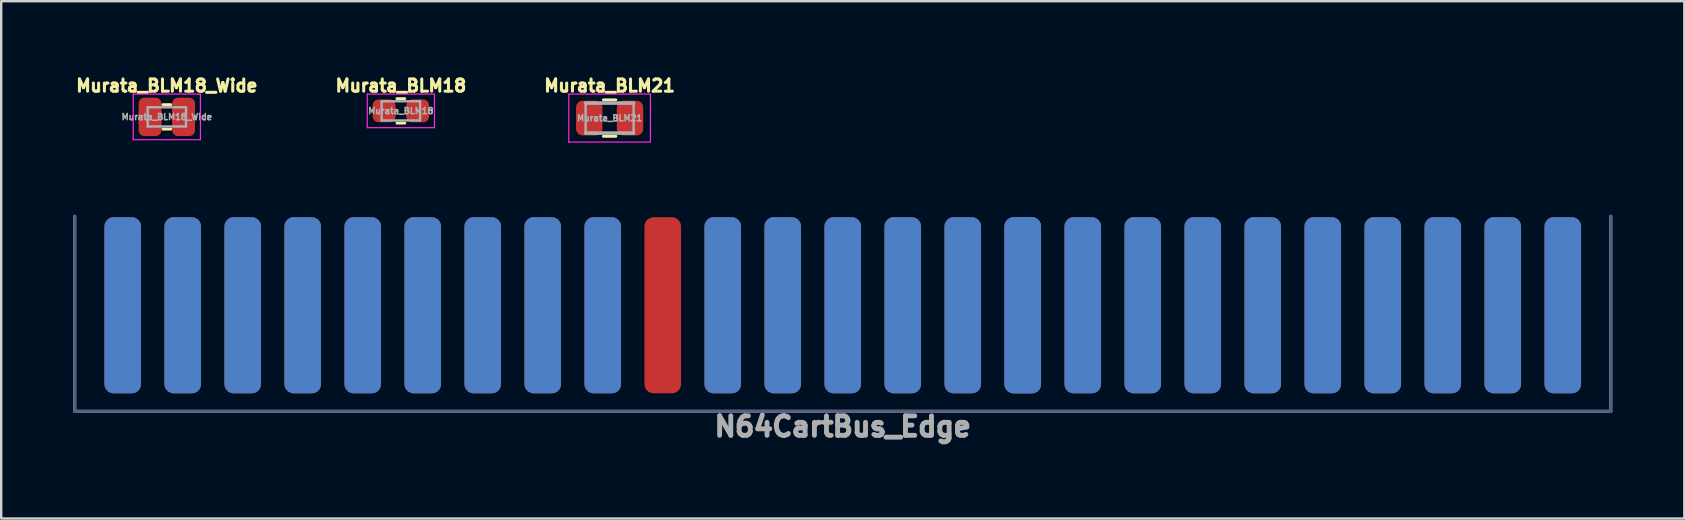
<source format=kicad_pcb>
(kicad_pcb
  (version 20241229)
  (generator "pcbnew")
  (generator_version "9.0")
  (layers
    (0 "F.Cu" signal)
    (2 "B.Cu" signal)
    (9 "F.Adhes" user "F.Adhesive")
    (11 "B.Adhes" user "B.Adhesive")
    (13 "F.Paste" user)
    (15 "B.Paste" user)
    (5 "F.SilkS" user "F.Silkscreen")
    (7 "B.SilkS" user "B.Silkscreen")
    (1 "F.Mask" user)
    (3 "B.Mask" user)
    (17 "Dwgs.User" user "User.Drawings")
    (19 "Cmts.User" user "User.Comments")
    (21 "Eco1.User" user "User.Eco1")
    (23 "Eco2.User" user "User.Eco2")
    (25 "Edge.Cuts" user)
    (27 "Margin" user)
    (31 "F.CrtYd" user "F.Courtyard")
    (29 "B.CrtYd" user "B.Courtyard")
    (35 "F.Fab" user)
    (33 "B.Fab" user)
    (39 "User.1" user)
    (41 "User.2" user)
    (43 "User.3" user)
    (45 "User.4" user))
  (footprint "N64CartBus_Edge"
    (layer "F.Cu")
    (at 32.063 9.769)
    (property "Reference" "N64CartBus_Edge" (at 0 4.953 0) (layer "F.Fab") (effects (font (size 0.813 0.813) (thickness 0.203))))
    (attr exclude_from_pos_files exclude_from_bom)
    (fp_line (start -32 4.318) (end -32 -3.81) (stroke (width 0.127) (type solid)) (layer "B.Fab"))
    (fp_line (start 32 -3.81) (end 32 4.318) (stroke (width 0.127) (type solid)) (layer "B.Fab"))
    (fp_line (start 32 4.318) (end -32 4.318) (stroke (width 0.127) (type solid)) (layer "B.Fab"))
    (fp_line (start -32 4.318) (end -32 -3.81) (stroke (width 0.127) (type solid)) (layer "F.Fab"))
    (fp_line (start 32 -3.81) (end 32 4.318) (stroke (width 0.127) (type solid)) (layer "F.Fab"))
    (fp_line (start 32 4.318) (end -32 4.318) (stroke (width 0.127) (type solid)) (layer "F.Fab"))
    (pad "1" smd roundrect (at -30 -0.1 180) (size 1.524 7.34) (layers "F.Cu" "F.Mask") (roundrect_rratio 0.25))
    (pad "2" smd roundrect (at -27.5 -0.1 180) (size 1.524 7.34) (layers "F.Cu" "F.Mask") (roundrect_rratio 0.25))
    (pad "3" smd roundrect (at -25 -0.1 180) (size 1.524 7.34) (layers "F.Cu" "F.Mask") (roundrect_rratio 0.25))
    (pad "4" smd roundrect (at -22.5 -0.1 180) (size 1.524 7.34) (layers "F.Cu" "F.Mask") (roundrect_rratio 0.25))
    (pad "5" smd roundrect (at -20 -0.1 180) (size 1.524 7.34) (layers "F.Cu" "F.Mask") (roundrect_rratio 0.25))
    (pad "6" smd roundrect (at -17.5 -0.1 180) (size 1.524 7.34) (layers "F.Cu" "F.Mask") (roundrect_rratio 0.25))
    (pad "7" smd roundrect (at -15 -0.1 180) (size 1.524 7.34) (layers "F.Cu" "F.Mask") (roundrect_rratio 0.25))
    (pad "8" smd roundrect (at -12.5 -0.1 180) (size 1.524 7.34) (layers "F.Cu" "F.Mask") (roundrect_rratio 0.25))
    (pad "9" smd roundrect (at -10 -0.1 180) (size 1.524 7.34) (layers "F.Cu" "F.Mask") (roundrect_rratio 0.25))
    (pad "10" smd roundrect (at -7.5 -0.1 180) (size 1.524 7.34) (layers "F.Cu" "F.Mask") (roundrect_rratio 0.25))
    (pad "11" smd roundrect (at -5 -0.1 180) (size 1.524 7.34) (layers "F.Cu" "F.Mask") (roundrect_rratio 0.25))
    (pad "12" smd roundrect (at -2.5 -0.1 180) (size 1.524 7.34) (layers "F.Cu" "F.Mask") (roundrect_rratio 0.25))
    (pad "13" smd roundrect (at 0 -0.1 180) (size 1.524 7.34) (layers "F.Cu" "F.Mask") (roundrect_rratio 0.25))
    (pad "14" smd roundrect (at 2.5 -0.1 180) (size 1.524 7.34) (layers "F.Cu" "F.Mask") (roundrect_rratio 0.25))
    (pad "15" smd roundrect (at 5 -0.1 180) (size 1.524 7.34) (layers "F.Cu" "F.Mask") (roundrect_rratio 0.25))
    (pad "16" smd roundrect (at 7.5 -0.1 180) (size 1.524 7.34) (layers "F.Cu" "F.Mask") (roundrect_rratio 0.25))
    (pad "17" smd roundrect (at 10 -0.1 180) (size 1.524 7.34) (layers "F.Cu" "F.Mask") (roundrect_rratio 0.25))
    (pad "18" smd roundrect (at 12.5 -0.1 180) (size 1.524 7.34) (layers "F.Cu" "F.Mask") (roundrect_rratio 0.25))
    (pad "19" smd roundrect (at 15 -0.1 180) (size 1.524 7.34) (layers "F.Cu" "F.Mask") (roundrect_rratio 0.25))
    (pad "20" smd roundrect (at 17.5 -0.1 180) (size 1.524 7.34) (layers "F.Cu" "F.Mask") (roundrect_rratio 0.25))
    (pad "21" smd roundrect (at 20 -0.1 180) (size 1.524 7.34) (layers "F.Cu" "F.Mask") (roundrect_rratio 0.25))
    (pad "22" smd roundrect (at 22.5 -0.1 180) (size 1.524 7.34) (layers "F.Cu" "F.Mask") (roundrect_rratio 0.25))
    (pad "23" smd roundrect (at 25 -0.1 180) (size 1.524 7.34) (layers "F.Cu" "F.Mask") (roundrect_rratio 0.25))
    (pad "24" smd roundrect (at 27.5 -0.1 180) (size 1.524 7.34) (layers "F.Cu" "F.Mask") (roundrect_rratio 0.25))
    (pad "25" smd roundrect (at 30 -0.1 180) (size 1.524 7.34) (layers "F.Cu" "F.Mask") (roundrect_rratio 0.25))
    (pad "26" smd roundrect (at -30 -0.1 180) (size 1.524 7.34) (layers "B.Cu" "B.Mask") (roundrect_rratio 0.25))
    (pad "27" smd roundrect (at -27.5 -0.1 180) (size 1.524 7.34) (layers "B.Cu" "B.Mask") (roundrect_rratio 0.25))
    (pad "28" smd roundrect (at -25 -0.1 180) (size 1.524 7.34) (layers "B.Cu" "B.Mask") (roundrect_rratio 0.25))
    (pad "29" smd roundrect (at -22.5 -0.1 180) (size 1.524 7.34) (layers "B.Cu" "B.Mask") (roundrect_rratio 0.25))
    (pad "30" smd roundrect (at -20 -0.1 180) (size 1.524 7.34) (layers "B.Cu" "B.Mask") (roundrect_rratio 0.25))
    (pad "31" smd roundrect (at -17.5 -0.1 180) (size 1.524 7.34) (layers "B.Cu" "B.Mask") (roundrect_rratio 0.25))
    (pad "32" smd roundrect (at -15 -0.1 180) (size 1.524 7.34) (layers "B.Cu" "B.Mask") (roundrect_rratio 0.25))
    (pad "33" smd roundrect (at -12.5 -0.1 180) (size 1.524 7.34) (layers "B.Cu" "B.Mask") (roundrect_rratio 0.25))
    (pad "34" smd roundrect (at -10 -0.1 180) (size 1.524 7.34) (layers "B.Cu" "B.Mask") (roundrect_rratio 0.25))
    (pad "35" smd roundrect (at 7.5 -0.1 180) (size 1.524 7.34) (layers "B.Cu" "B.Mask") (roundrect_rratio 0.25))
    (pad "36" smd roundrect (at -5 -0.1 180) (size 1.524 7.34) (layers "B.Cu" "B.Mask") (roundrect_rratio 0.25))
    (pad "37" smd roundrect (at -2.5 -0.1 180) (size 1.524 7.34) (layers "B.Cu" "B.Mask") (roundrect_rratio 0.25))
    (pad "38" smd roundrect (at 0 -0.1 180) (size 1.524 7.34) (layers "B.Cu" "B.Mask") (roundrect_rratio 0.25))
    (pad "39" smd roundrect (at 2.5 -0.1 180) (size 1.524 7.34) (layers "B.Cu" "B.Mask") (roundrect_rratio 0.25))
    (pad "40" smd roundrect (at 5 -0.1 180) (size 1.524 7.34) (layers "B.Cu" "B.Mask") (roundrect_rratio 0.25))
    (pad "41" smd roundrect (at 7.5 -0.1 180) (size 1.524 7.34) (layers "B.Cu" "B.Mask") (roundrect_rratio 0.25))
    (pad "42" smd roundrect (at 10 -0.1 180) (size 1.524 7.34) (layers "B.Cu" "B.Mask") (roundrect_rratio 0.25))
    (pad "43" smd roundrect (at 12.5 -0.1 180) (size 1.524 7.34) (layers "B.Cu" "B.Mask") (roundrect_rratio 0.25))
    (pad "44" smd roundrect (at 15 -0.1 180) (size 1.524 7.34) (layers "B.Cu" "B.Mask") (roundrect_rratio 0.25))
    (pad "45" smd roundrect (at 17.5 -0.1 180) (size 1.524 7.34) (layers "B.Cu" "B.Mask") (roundrect_rratio 0.25))
    (pad "46" smd roundrect (at 20 -0.1 180) (size 1.524 7.34) (layers "B.Cu" "B.Mask") (roundrect_rratio 0.25))
    (pad "47" smd roundrect (at 22.5 -0.1 180) (size 1.524 7.34) (layers "B.Cu" "B.Mask") (roundrect_rratio 0.25))
    (pad "48" smd roundrect (at 25 -0.1 180) (size 1.524 7.34) (layers "B.Cu" "B.Mask") (roundrect_rratio 0.25))
    (pad "49" smd roundrect (at 27.5 -0.1 180) (size 1.524 7.34) (layers "B.Cu" "B.Mask") (roundrect_rratio 0.25))
    (pad "50" smd roundrect (at 30 -0.1 180) (size 1.524 7.34) (layers "B.Cu" "B.Mask") (roundrect_rratio 0.25)))
  (footprint "Murata_BLM18"
    (layer "F.Cu")
    (at 13.652 1.57)
    (property "Reference" "Murata_BLM18" (at 0 -1.05 0) (layer "F.SilkS") (effects (font (size 0.508 0.508) (thickness 0.127))))
    (attr smd)
    (fp_line (start -0.163 -0.51) (end 0.163 -0.51) (stroke (width 0.12) (type solid)) (layer "F.SilkS"))
    (fp_line (start -0.163 0.51) (end 0.163 0.51) (stroke (width 0.12) (type solid)) (layer "F.SilkS"))
    (fp_line (start -1.4 -0.7) (end 1.4 -0.7) (stroke (width 0.05) (type solid)) (layer "F.CrtYd"))
    (fp_line (start -1.4 0.7) (end -1.4 -0.7) (stroke (width 0.05) (type solid)) (layer "F.CrtYd"))
    (fp_line (start 1.4 -0.7) (end 1.4 0.7) (stroke (width 0.05) (type solid)) (layer "F.CrtYd"))
    (fp_line (start 1.4 0.7) (end -1.4 0.7) (stroke (width 0.05) (type solid)) (layer "F.CrtYd"))
    (fp_line (start -0.8 -0.4) (end 0.8 -0.4) (stroke (width 0.1) (type solid)) (layer "F.Fab"))
    (fp_line (start -0.8 0.4) (end -0.8 -0.4) (stroke (width 0.1) (type solid)) (layer "F.Fab"))
    (fp_line (start 0.8 -0.4) (end 0.8 0.4) (stroke (width 0.1) (type solid)) (layer "F.Fab"))
    (fp_line (start 0.8 0.4) (end -0.8 0.4) (stroke (width 0.1) (type solid)) (layer "F.Fab"))
    (fp_text user "${REFERENCE}" (at 0 0 0) (layer "F.Fab") (effects (font (size 0.254 0.254) (thickness 0.064))))
    (pad "1" smd roundrect (at -0.7 0) (size 0.95 0.95) (layers "F.Cu" "F.Mask" "F.Paste") (roundrect_rratio 0.25))
    (pad "2" smd roundrect (at 0.7 0) (size 0.95 0.95) (layers "F.Cu" "F.Mask" "F.Paste") (roundrect_rratio 0.25)))
  (footprint "Murata_BLM21"
    (layer "F.Cu")
    (at 22.35 1.87)
    (property "Reference" "Murata_BLM21" (at 0 -1.35 0) (layer "F.SilkS") (effects (font (size 0.508 0.508) (thickness 0.127))))
    (attr smd)
    (fp_line (start -0.259 -0.76) (end 0.259 -0.76) (stroke (width 0.12) (type solid)) (layer "F.SilkS"))
    (fp_line (start -0.259 0.76) (end 0.259 0.76) (stroke (width 0.12) (type solid)) (layer "F.SilkS"))
    (fp_line (start -1.7 -1) (end 1.7 -1) (stroke (width 0.05) (type solid)) (layer "F.CrtYd"))
    (fp_line (start -1.7 1) (end -1.7 -1) (stroke (width 0.05) (type solid)) (layer "F.CrtYd"))
    (fp_line (start 1.7 -1) (end 1.7 1) (stroke (width 0.05) (type solid)) (layer "F.CrtYd"))
    (fp_line (start 1.7 1) (end -1.7 1) (stroke (width 0.05) (type solid)) (layer "F.CrtYd"))
    (fp_line (start -1 -0.625) (end 1 -0.625) (stroke (width 0.15) (type solid)) (layer "F.Fab"))
    (fp_line (start -1 0.6) (end -1 -0.6) (stroke (width 0.1) (type solid)) (layer "F.Fab"))
    (fp_line (start 1 -0.6) (end 1 0.6) (stroke (width 0.1) (type solid)) (layer "F.Fab"))
    (fp_line (start 1 0.625) (end -1 0.625) (stroke (width 0.15) (type solid)) (layer "F.Fab"))
    (fp_text user "${REFERENCE}" (at 0 0 0) (layer "F.Fab") (effects (font (size 0.254 0.254) (thickness 0.064))))
    (pad "1" smd roundrect (at -0.85 0) (size 1.1 1.45) (layers "F.Cu" "F.Mask" "F.Paste") (roundrect_rratio 0.25))
    (pad "2" smd roundrect (at 0.85 0) (size 1.1 1.45) (layers "F.Cu" "F.Mask" "F.Paste") (roundrect_rratio 0.25)))
  (footprint "Murata_BLM18_Wide"
    (layer "F.Cu")
    (at 3.901 1.82)
    (property "Reference" "Murata_BLM18_Wide" (at 0 -1.3 0) (layer "F.SilkS") (effects (font (size 0.508 0.508) (thickness 0.127))))
    (attr smd)
    (fp_line (start -0.163 -0.51) (end 0.163 -0.51) (stroke (width 0.12) (type solid)) (layer "F.SilkS"))
    (fp_line (start -0.163 0.51) (end 0.163 0.51) (stroke (width 0.12) (type solid)) (layer "F.SilkS"))
    (fp_line (start -1.4 -0.95) (end 1.4 -0.95) (stroke (width 0.05) (type solid)) (layer "F.CrtYd"))
    (fp_line (start -1.4 0.95) (end -1.4 -0.95) (stroke (width 0.05) (type solid)) (layer "F.CrtYd"))
    (fp_line (start 1.4 -0.95) (end 1.4 0.95) (stroke (width 0.05) (type solid)) (layer "F.CrtYd"))
    (fp_line (start 1.4 0.95) (end -1.4 0.95) (stroke (width 0.05) (type solid)) (layer "F.CrtYd"))
    (fp_line (start -0.8 -0.4) (end 0.8 -0.4) (stroke (width 0.1) (type solid)) (layer "F.Fab"))
    (fp_line (start -0.8 0.4) (end -0.8 -0.4) (stroke (width 0.1) (type solid)) (layer "F.Fab"))
    (fp_line (start 0.8 -0.4) (end 0.8 0.4) (stroke (width 0.1) (type solid)) (layer "F.Fab"))
    (fp_line (start 0.8 0.4) (end -0.8 0.4) (stroke (width 0.1) (type solid)) (layer "F.Fab"))
    (fp_text user "${REFERENCE}" (at 0 0 0) (layer "F.Fab") (effects (font (size 0.254 0.254) (thickness 0.064))))
    (pad "1" smd roundrect (at -0.7 0) (size 0.95 0.95) (layers "F.Cu" "F.Mask" "F.Paste") (roundrect_rratio 0.25))
    (pad "1" smd roundrect (at -0.7 0) (size 0.95 1.6) (layers "F.Cu") (roundrect_rratio 0.25))
    (pad "2" smd roundrect (at 0.7 0) (size 0.95 0.95) (layers "F.Cu" "F.Mask" "F.Paste") (roundrect_rratio 0.25))
    (pad "2" smd roundrect (at 0.7 0) (size 0.95 1.6) (layers "F.Cu") (roundrect_rratio 0.25)))
  (gr_rect
    (start -3 -3)
    (end 67.127 18.554)
    (stroke (width 0.1) (type default))
    (fill no)
    (layer "Edge.Cuts")))
</source>
